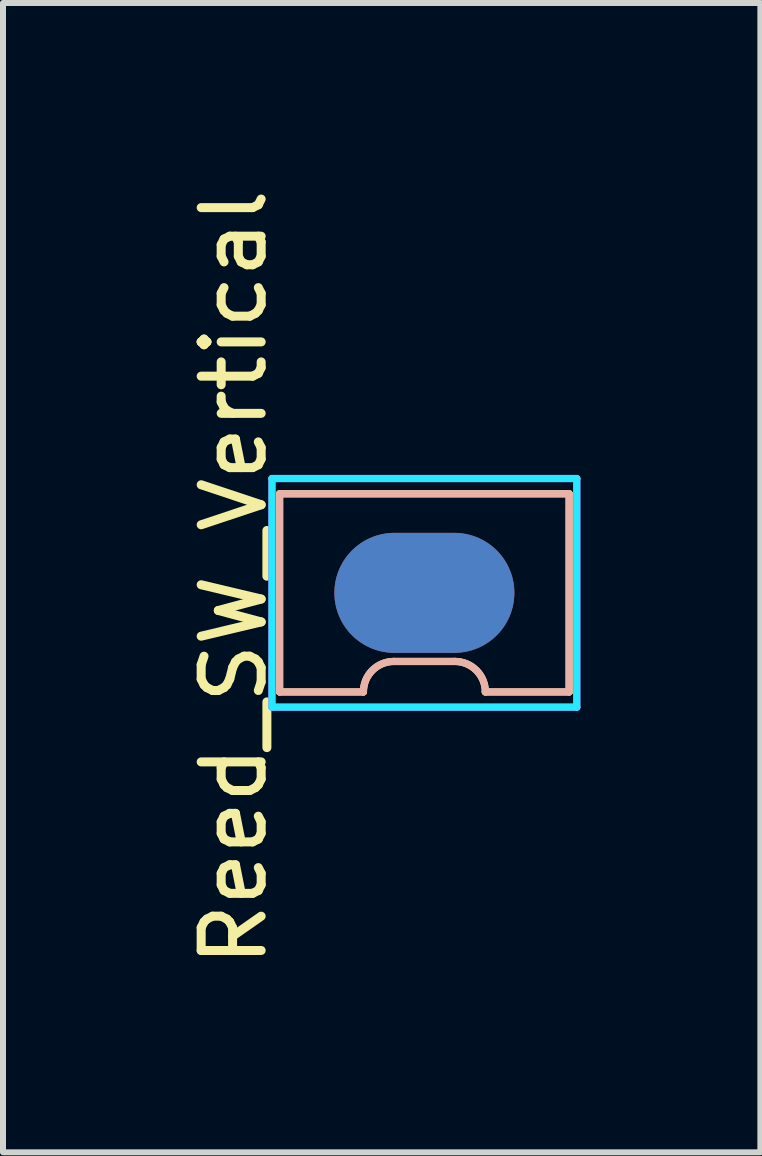
<source format=kicad_pcb>
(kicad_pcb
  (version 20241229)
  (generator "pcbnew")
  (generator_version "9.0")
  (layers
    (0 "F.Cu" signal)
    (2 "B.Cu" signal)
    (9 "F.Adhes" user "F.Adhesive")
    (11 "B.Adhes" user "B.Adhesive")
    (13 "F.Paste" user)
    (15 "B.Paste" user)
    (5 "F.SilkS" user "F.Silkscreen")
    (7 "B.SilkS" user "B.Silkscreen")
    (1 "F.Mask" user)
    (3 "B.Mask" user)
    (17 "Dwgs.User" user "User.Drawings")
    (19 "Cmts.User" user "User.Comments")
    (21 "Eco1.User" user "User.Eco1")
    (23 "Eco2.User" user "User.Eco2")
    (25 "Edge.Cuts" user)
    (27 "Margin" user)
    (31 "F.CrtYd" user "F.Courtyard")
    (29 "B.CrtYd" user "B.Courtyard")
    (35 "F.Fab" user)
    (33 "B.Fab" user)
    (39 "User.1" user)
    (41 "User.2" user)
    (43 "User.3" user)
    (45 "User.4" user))
  (footprint "Reed_SW_Vertical"
    (layer "F.Cu")
    (at 4.023 6.831)
    (property "Reference" "Reed_SW_Vertical" (at -3.175 -0.254 90) (layer "F.SilkS") (effects (font (size 1 1) (thickness 0.15))))
    (attr through_hole)
    (fp_line (start -2.413 -1.651) (end -2.413 1.651) (stroke (width 0.12) (type solid)) (layer "F.SilkS"))
    (fp_line (start -2.413 1.651) (end -1.016 1.651) (stroke (width 0.12) (type solid)) (layer "F.SilkS"))
    (fp_line (start -0.508 1.143) (end 0.508 1.143) (stroke (width 0.12) (type solid)) (layer "F.SilkS"))
    (fp_line (start 1.016 1.651) (end 2.413 1.651) (stroke (width 0.12) (type solid)) (layer "F.SilkS"))
    (fp_line (start 2.413 -1.651) (end -2.413 -1.651) (stroke (width 0.12) (type solid)) (layer "F.SilkS"))
    (fp_line (start 2.413 1.651) (end 2.413 -1.651) (stroke (width 0.12) (type solid)) (layer "F.SilkS"))
    (fp_arc (start -1.016 1.651) (mid -0.86721 1.29179) (end -0.508 1.143) (stroke (width 0.12) (type solid)) (layer "F.SilkS"))
    (fp_arc (start 0.508 1.143) (mid 0.86721 1.29179) (end 1.016 1.651) (stroke (width 0.12) (type solid)) (layer "F.SilkS"))
    (fp_line (start -2.413 -1.651) (end -2.413 1.651) (stroke (width 0.12) (type solid)) (layer "B.SilkS"))
    (fp_line (start -2.413 1.651) (end -1.016 1.651) (stroke (width 0.12) (type solid)) (layer "B.SilkS"))
    (fp_line (start -0.508 1.143) (end 0.508 1.143) (stroke (width 0.12) (type solid)) (layer "B.SilkS"))
    (fp_line (start 2.413 -1.651) (end -2.413 -1.651) (stroke (width 0.12) (type solid)) (layer "B.SilkS"))
    (fp_line (start 2.413 1.651) (end 1.016 1.651) (stroke (width 0.12) (type solid)) (layer "B.SilkS"))
    (fp_line (start 2.413 1.651) (end 2.413 -1.651) (stroke (width 0.12) (type solid)) (layer "B.SilkS"))
    (fp_arc (start -1.016 1.651) (mid -0.86721 1.29179) (end -0.508 1.143) (stroke (width 0.12) (type solid)) (layer "B.SilkS"))
    (fp_arc (start 0.508 1.143) (mid 0.86721 1.29179) (end 1.016 1.651) (stroke (width 0.12) (type solid)) (layer "B.SilkS"))
    (fp_line (start -2.54 -1.905) (end -2.54 1.905) (stroke (width 0.12) (type solid)) (layer "B.CrtYd"))
    (fp_line (start -2.54 1.905) (end 2.54 1.905) (stroke (width 0.12) (type solid)) (layer "B.CrtYd"))
    (fp_line (start 2.54 -1.905) (end -2.54 -1.905) (stroke (width 0.12) (type solid)) (layer "B.CrtYd"))
    (fp_line (start 2.54 1.905) (end 2.54 -1.905) (stroke (width 0.12) (type solid)) (layer "B.CrtYd"))
    (fp_line (start -2.54 -1.905) (end -2.54 1.905) (stroke (width 0.12) (type solid)) (layer "F.CrtYd"))
    (fp_line (start -2.54 1.905) (end 2.54 1.905) (stroke (width 0.12) (type solid)) (layer "F.CrtYd"))
    (fp_line (start 2.54 -1.905) (end -2.54 -1.905) (stroke (width 0.12) (type solid)) (layer "F.CrtYd"))
    (fp_line (start 2.54 1.905) (end 2.54 -1.905) (stroke (width 0.12) (type solid)) (layer "F.CrtYd"))
    (pad "1" connect oval (at 0 0) (size 3 2) (layers "F.Cu" "F.Mask"))
    (pad "2" connect oval (at 0 0 270) (size 2 3) (layers "B.Cu" "B.Mask")))
  (gr_rect
    (start -3 -3)
    (end 9.623 16.155)
    (stroke (width 0.1) (type default))
    (fill no)
    (layer "Edge.Cuts")))
</source>
